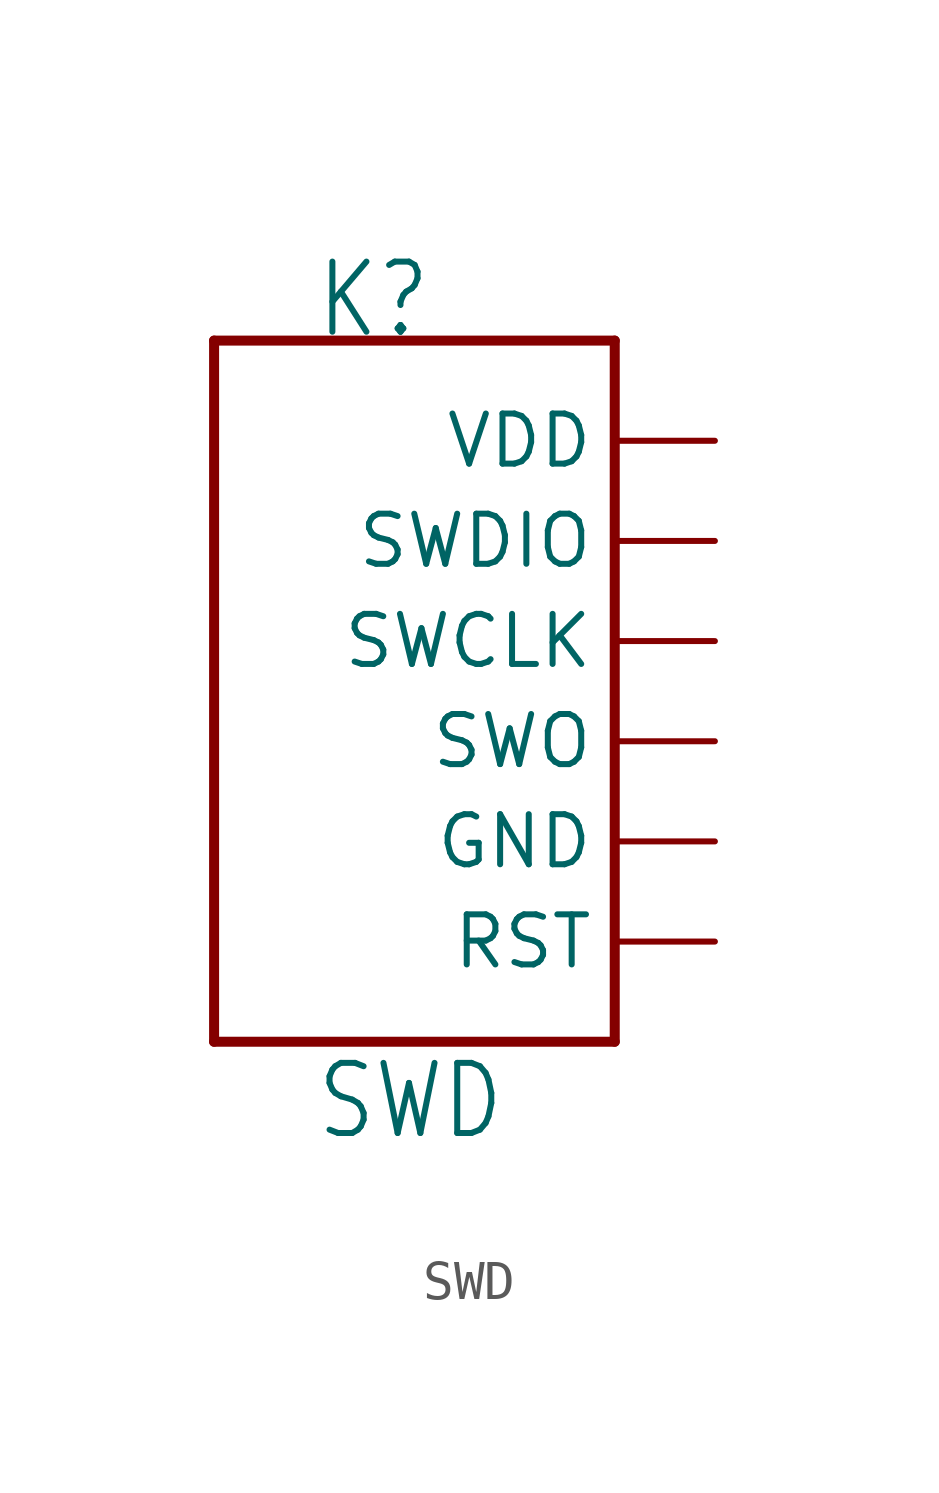
<source format=kicad_sym>
(kicad_symbol_lib
  (version 20201005)
  (generator kicad_symbol_editor)
  (symbol "SWD"
    (property "Reference" "K"
      (at -2.54 10.16 0)
      (effects (font (size 1.778 1.511)) (justify left bottom)))
    (property "Value" "SWD"
      (at -2.54 -10.16 0)
      (effects (font (size 1.778 1.511)) (justify left bottom)))
    (property "ki_locked" ""
      (at 0 0 0)
      (effects (font (size 1.27 1.27))))
    (symbol "SWD_1_0"
      (polyline (pts (xy 5.08 10.16) (xy 5.08 -7.62)) (stroke (width 0.254)) (fill (type none)))
      (polyline (pts (xy 5.08 -7.62) (xy -5.08 -7.62)) (stroke (width 0.254)) (fill (type none)))
      (polyline (pts (xy -5.08 -7.62) (xy -5.08 10.16)) (stroke (width 0.254)) (fill (type none)))
      (polyline (pts (xy -5.08 10.16) (xy 5.08 10.16)) (stroke (width 0.254)) (fill (type none)))
      (pin passive line (at 7.62 -5.08 180) (length 2.54) (name "RST" (effects (font (size 1.27 1.27)))) (number "RST" (effects (font (size 0 0)))))
      (pin passive line (at 7.62 -2.54 180) (length 2.54) (name "GND" (effects (font (size 1.27 1.27)))) (number "GND" (effects (font (size 0 0)))))
      (pin passive line (at 7.62 0 180) (length 2.54) (name "SWO" (effects (font (size 1.27 1.27)))) (number "SWO" (effects (font (size 0 0)))))
      (pin passive line (at 7.62 2.54 180) (length 2.54) (name "SWCLK" (effects (font (size 1.27 1.27)))) (number "SWCLK" (effects (font (size 0 0)))))
      (pin passive line (at 7.62 5.08 180) (length 2.54) (name "SWDIO" (effects (font (size 1.27 1.27)))) (number "SWDIO" (effects (font (size 0 0)))))
      (pin passive line (at 7.62 7.62 180) (length 2.54) (name "VDD" (effects (font (size 1.27 1.27)))) (number "VCC" (effects (font (size 0 0))))))))
</source>
